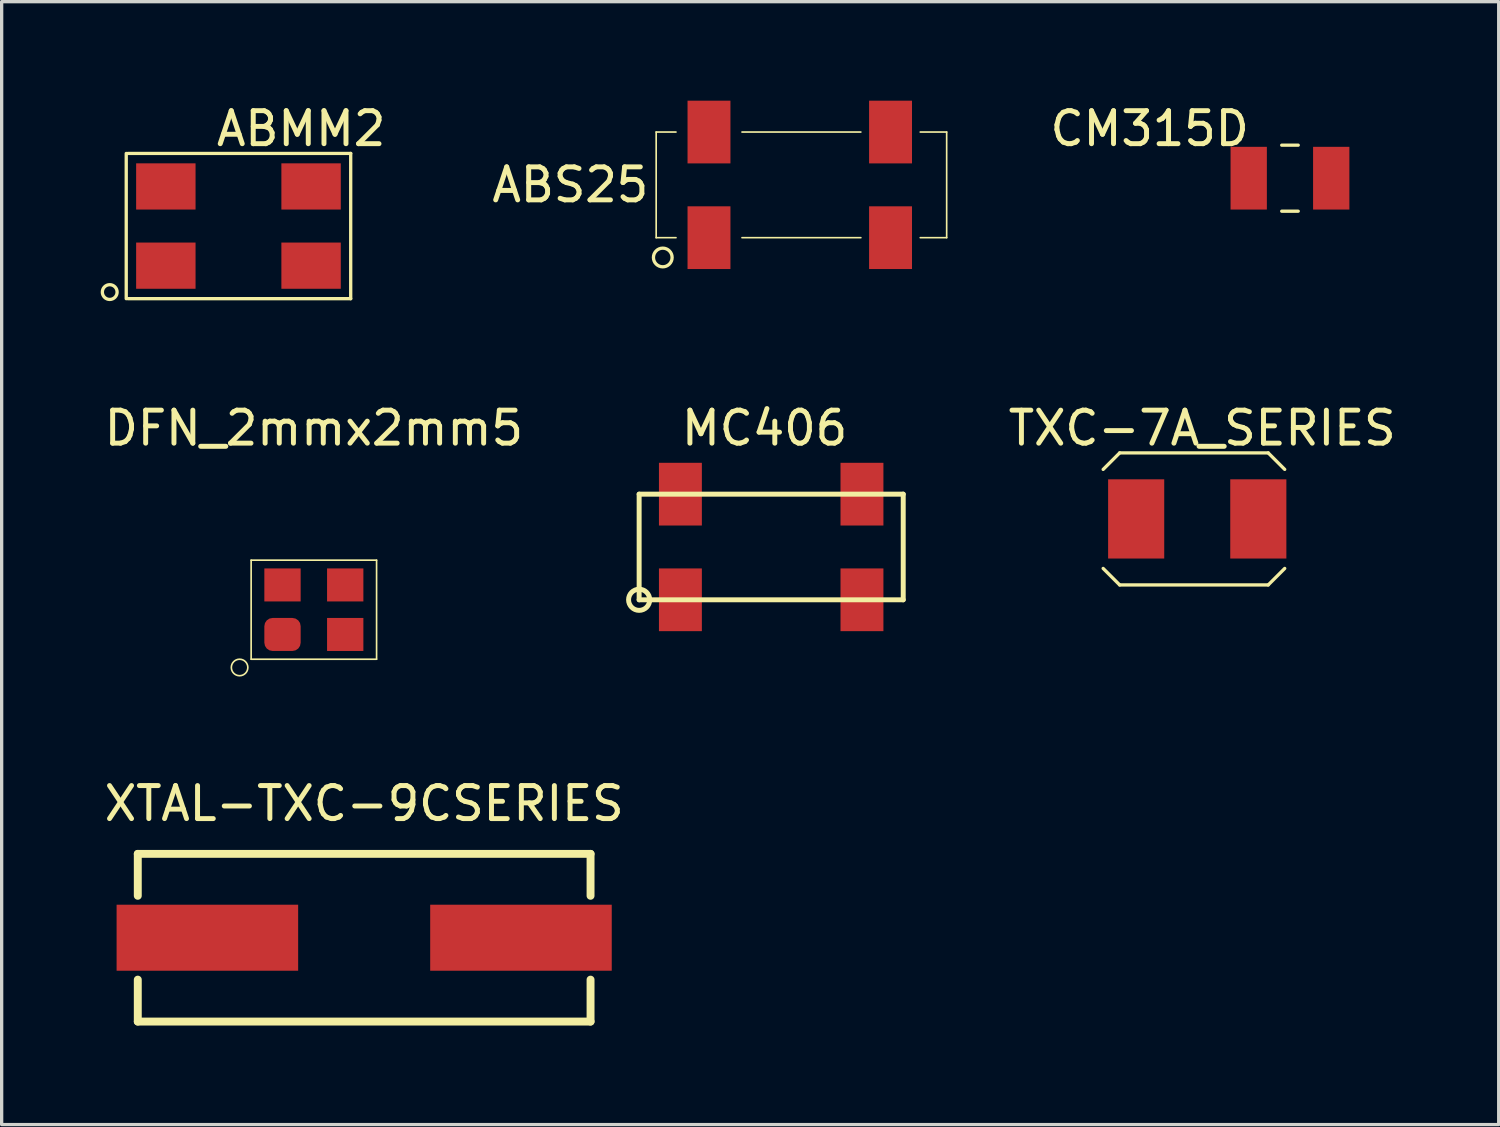
<source format=kicad_pcb>
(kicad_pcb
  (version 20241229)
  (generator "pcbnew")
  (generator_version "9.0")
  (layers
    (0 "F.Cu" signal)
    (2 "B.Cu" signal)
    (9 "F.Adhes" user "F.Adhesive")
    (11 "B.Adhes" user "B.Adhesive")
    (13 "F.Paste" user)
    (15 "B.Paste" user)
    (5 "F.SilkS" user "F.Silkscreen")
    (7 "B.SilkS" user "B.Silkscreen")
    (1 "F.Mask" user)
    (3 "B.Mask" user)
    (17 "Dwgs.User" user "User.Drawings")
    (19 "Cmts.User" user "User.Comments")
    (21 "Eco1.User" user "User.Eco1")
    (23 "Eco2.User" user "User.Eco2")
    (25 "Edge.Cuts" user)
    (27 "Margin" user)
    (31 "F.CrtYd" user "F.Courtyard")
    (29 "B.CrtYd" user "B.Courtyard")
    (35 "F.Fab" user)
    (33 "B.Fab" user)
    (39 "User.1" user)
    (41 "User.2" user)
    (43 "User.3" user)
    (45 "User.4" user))
  (footprint "XTAL-TXC-9CSERIES"
    (layer "F.Cu")
    (at 7.982 25.357)
    (property "Reference" "XTAL-TXC-9CSERIES" (at 0 -4.064 0) (layer "F.SilkS") (effects (font (size 1 1) (thickness 0.15))))
    (attr through_hole)
    (fp_line (start -6.858 -2.54) (end 6.858 -2.54) (stroke (width 0.24) (type solid)) (layer "F.SilkS"))
    (fp_line (start -6.858 -1.27) (end -6.858 -2.54) (stroke (width 0.24) (type solid)) (layer "F.SilkS"))
    (fp_line (start -6.858 1.27) (end -6.858 2.54) (stroke (width 0.24) (type solid)) (layer "F.SilkS"))
    (fp_line (start -6.858 2.54) (end 6.858 2.54) (stroke (width 0.24) (type solid)) (layer "F.SilkS"))
    (fp_line (start 6.858 -2.54) (end 6.858 -1.27) (stroke (width 0.24) (type solid)) (layer "F.SilkS"))
    (fp_line (start 6.858 2.54) (end 6.858 1.27) (stroke (width 0.24) (type solid)) (layer "F.SilkS"))
    (pad "1" smd rect (at -4.75 0) (size 5.5 2) (layers "F.Cu" "F.Mask" "F.Paste"))
    (pad "2" smd rect (at 4.75 0) (size 5.5 2) (layers "F.Cu" "F.Mask" "F.Paste")))
  (footprint "CM315D"
    (layer "F.Cu")
    (at 34.778 2.348)
    (property "Reference" "CM315D" (at -3 -1.5 0) (layer "F.SilkS") (effects (font (size 1 1) (thickness 0.15))))
    (attr through_hole)
    (fp_line (start 1 -1) (end 1.5 -1) (stroke (width 0.1) (type solid)) (layer "F.SilkS"))
    (fp_line (start 1 1) (end 1.5 1) (stroke (width 0.1) (type solid)) (layer "F.SilkS"))
    (pad "1" smd rect (at 0 0) (size 1.1 1.9) (layers "F.Cu" "F.Mask" "F.Paste"))
    (pad "2" smd rect (at 2.5 0) (size 1.1 1.9) (layers "F.Cu" "F.Mask" "F.Paste")))
  (footprint "ABMM2"
    (layer "F.Cu")
    (at 1.974 4.998)
    (property "Reference" "ABMM2" (at 4.1 -4.15 0) (layer "F.SilkS") (effects (font (size 1 1) (thickness 0.15))))
    (attr through_hole)
    (fp_line (start -1.2 1) (end -1.2 -3.4) (stroke (width 0.1) (type solid)) (layer "F.SilkS"))
    (fp_line (start -1.15 -3.4) (end 5.6 -3.4) (stroke (width 0.1) (type solid)) (layer "F.SilkS"))
    (fp_line (start 5.6 -3.4) (end 5.6 1) (stroke (width 0.1) (type solid)) (layer "F.SilkS"))
    (fp_line (start 5.6 1) (end -1.15 1) (stroke (width 0.1) (type solid)) (layer "F.SilkS"))
    (fp_circle (center -1.7 0.8) (end -1.6 1) (stroke (width 0.1) (type solid)) (fill no) (layer "F.SilkS"))
    (pad "1" smd rect (at 0 0) (size 1.8 1.4) (layers "F.Cu" "F.Mask" "F.Paste"))
    (pad "2" smd rect (at 4.4 0) (size 1.8 1.4) (layers "F.Cu" "F.Mask" "F.Paste"))
    (pad "3" smd rect (at 4.4 -2.4) (size 1.8 1.4) (layers "F.Cu" "F.Mask" "F.Paste"))
    (pad "4" smd rect (at 0 -2.4) (size 1.8 1.4) (layers "F.Cu" "F.Mask" "F.Paste")))
  (footprint "MC406"
    (layer "F.Cu")
    (at 20.112 13.57)
    (property "Reference" "MC406" (at 0 -3.65 0) (layer "F.SilkS") (effects (font (size 1 1) (thickness 0.15))))
    (attr through_hole)
    (fp_line (start -3.8 -1.65) (end -3.8 1.55) (stroke (width 0.15) (type solid)) (layer "F.SilkS"))
    (fp_line (start -3.8 1.55) (end 4.2 1.55) (stroke (width 0.15) (type solid)) (layer "F.SilkS"))
    (fp_line (start 4.2 -1.65) (end -3.8 -1.65) (stroke (width 0.15) (type solid)) (layer "F.SilkS"))
    (fp_line (start 4.2 1.55) (end 4.2 -1.65) (stroke (width 0.15) (type solid)) (layer "F.SilkS"))
    (fp_circle (center -3.8 1.55) (end -3.55 1.75) (stroke (width 0.15) (type solid)) (fill no) (layer "F.SilkS"))
    (pad "1" smd rect (at -2.55 1.55) (size 1.3 1.9) (layers "F.Cu" "F.Mask" "F.Paste"))
    (pad "2" smd rect (at 2.95 1.55) (size 1.3 1.9) (layers "F.Cu" "F.Mask" "F.Paste"))
    (pad "3" smd rect (at 2.95 -1.65) (size 1.3 1.9) (layers "F.Cu" "F.Mask" "F.Paste"))
    (pad "4" smd rect (at -2.55 -1.65) (size 1.3 1.9) (layers "F.Cu" "F.Mask" "F.Paste")))
  (footprint "ABS25"
    (layer "F.Cu")
    (at 18.428 4.15)
    (property "Reference" "ABS25" (at -4.2 -1.6 0) (layer "F.SilkS") (effects (font (size 1 1) (thickness 0.15))))
    (attr through_hole)
    (fp_line (start -1.6 -3.2) (end -1.6 0) (stroke (width 0.05) (type solid)) (layer "F.SilkS"))
    (fp_line (start -1.6 0) (end -1 0) (stroke (width 0.05) (type solid)) (layer "F.SilkS"))
    (fp_line (start -1 -3.2) (end -1.6 -3.2) (stroke (width 0.05) (type solid)) (layer "F.SilkS"))
    (fp_line (start 1 -3.2) (end 4.6 -3.2) (stroke (width 0.05) (type solid)) (layer "F.SilkS"))
    (fp_line (start 1 0) (end 4.6 0) (stroke (width 0.05) (type solid)) (layer "F.SilkS"))
    (fp_line (start 6.4 0) (end 7.2 0) (stroke (width 0.05) (type solid)) (layer "F.SilkS"))
    (fp_line (start 7.2 -3.2) (end 6.4 -3.2) (stroke (width 0.05) (type solid)) (layer "F.SilkS"))
    (fp_line (start 7.2 0) (end 7.2 -3.2) (stroke (width 0.05) (type solid)) (layer "F.SilkS"))
    (fp_circle (center -1.4 0.6) (end -1.2 0.8) (stroke (width 0.1) (type solid)) (fill no) (layer "F.SilkS"))
    (pad "1" smd rect (at 0 0) (size 1.3 1.9) (layers "F.Cu" "F.Mask" "F.Paste"))
    (pad "2" smd rect (at 5.5 0) (size 1.3 1.9) (layers "F.Cu" "F.Mask" "F.Paste"))
    (pad "3" smd rect (at 5.5 -3.2) (size 1.3 1.9) (layers "F.Cu" "F.Mask" "F.Paste"))
    (pad "4" smd rect (at 0 -3.2) (size 1.3 1.9) (layers "F.Cu" "F.Mask" "F.Paste")))
  (footprint "DFN_2mmx2mm5"
    (layer "F.Cu")
    (at 6.458 15.42)
    (property "Reference" "DFN_2mmx2mm5" (at 0 -5.5 0) (layer "F.SilkS") (effects (font (size 1 1) (thickness 0.15))))
    (attr through_hole)
    (fp_line (start -1.9 -1.5) (end -1.9 1.5) (stroke (width 0.05) (type solid)) (layer "F.SilkS"))
    (fp_line (start -1.9 1.5) (end 1.9 1.5) (stroke (width 0.05) (type solid)) (layer "F.SilkS"))
    (fp_line (start 1.9 -1.5) (end -1.9 -1.5) (stroke (width 0.05) (type solid)) (layer "F.SilkS"))
    (fp_line (start 1.9 1.5) (end 1.9 -1.5) (stroke (width 0.05) (type solid)) (layer "F.SilkS"))
    (fp_circle (center -2.25 1.75) (end -2.25 1.5) (stroke (width 0.05) (type solid)) (fill no) (layer "F.SilkS"))
    (pad "1" smd roundrect (at -0.95 0.75) (size 1.1 1) (layers "F.Cu" "F.Mask" "F.Paste") (roundrect_rratio 0.25))
    (pad "2" smd rect (at 0.95 0.75) (size 1.1 1) (layers "F.Cu" "F.Mask" "F.Paste"))
    (pad "3" smd rect (at 0.95 -0.75) (size 1.1 1) (layers "F.Cu" "F.Mask" "F.Paste"))
    (pad "4" smd rect (at -0.95 -0.75) (size 1.1 1) (layers "F.Cu" "F.Mask" "F.Paste")))
  (footprint "TXC-7A_SERIES"
    (layer "F.Cu")
    (at 33.219 12.67)
    (property "Reference" "TXC-7A_SERIES" (at 0.15 -2.75 0) (layer "F.SilkS") (effects (font (size 1 1) (thickness 0.15))))
    (attr through_hole)
    (fp_line (start -2.85 -1.5) (end -2.35 -2) (stroke (width 0.1) (type solid)) (layer "F.SilkS"))
    (fp_line (start -2.85 1.5) (end -2.35 2) (stroke (width 0.1) (type solid)) (layer "F.SilkS"))
    (fp_line (start -2.35 -2) (end 2.15 -2) (stroke (width 0.1) (type solid)) (layer "F.SilkS"))
    (fp_line (start -2.35 2) (end 2.15 2) (stroke (width 0.1) (type solid)) (layer "F.SilkS"))
    (fp_line (start 2.15 -2) (end 2.65 -1.5) (stroke (width 0.1) (type solid)) (layer "F.SilkS"))
    (fp_line (start 2.15 2) (end 2.65 1.5) (stroke (width 0.1) (type solid)) (layer "F.SilkS"))
    (pad "1" smd rect (at -1.85 0) (size 1.7 2.4) (layers "F.Cu" "F.Mask" "F.Paste"))
    (pad "2" smd rect (at 1.85 0) (size 1.7 2.4) (layers "F.Cu" "F.Mask" "F.Paste")))
  (gr_rect
    (start -3 -3)
    (end 42.351 31.017)
    (stroke (width 0.1) (type default))
    (fill no)
    (layer "Edge.Cuts")))
</source>
